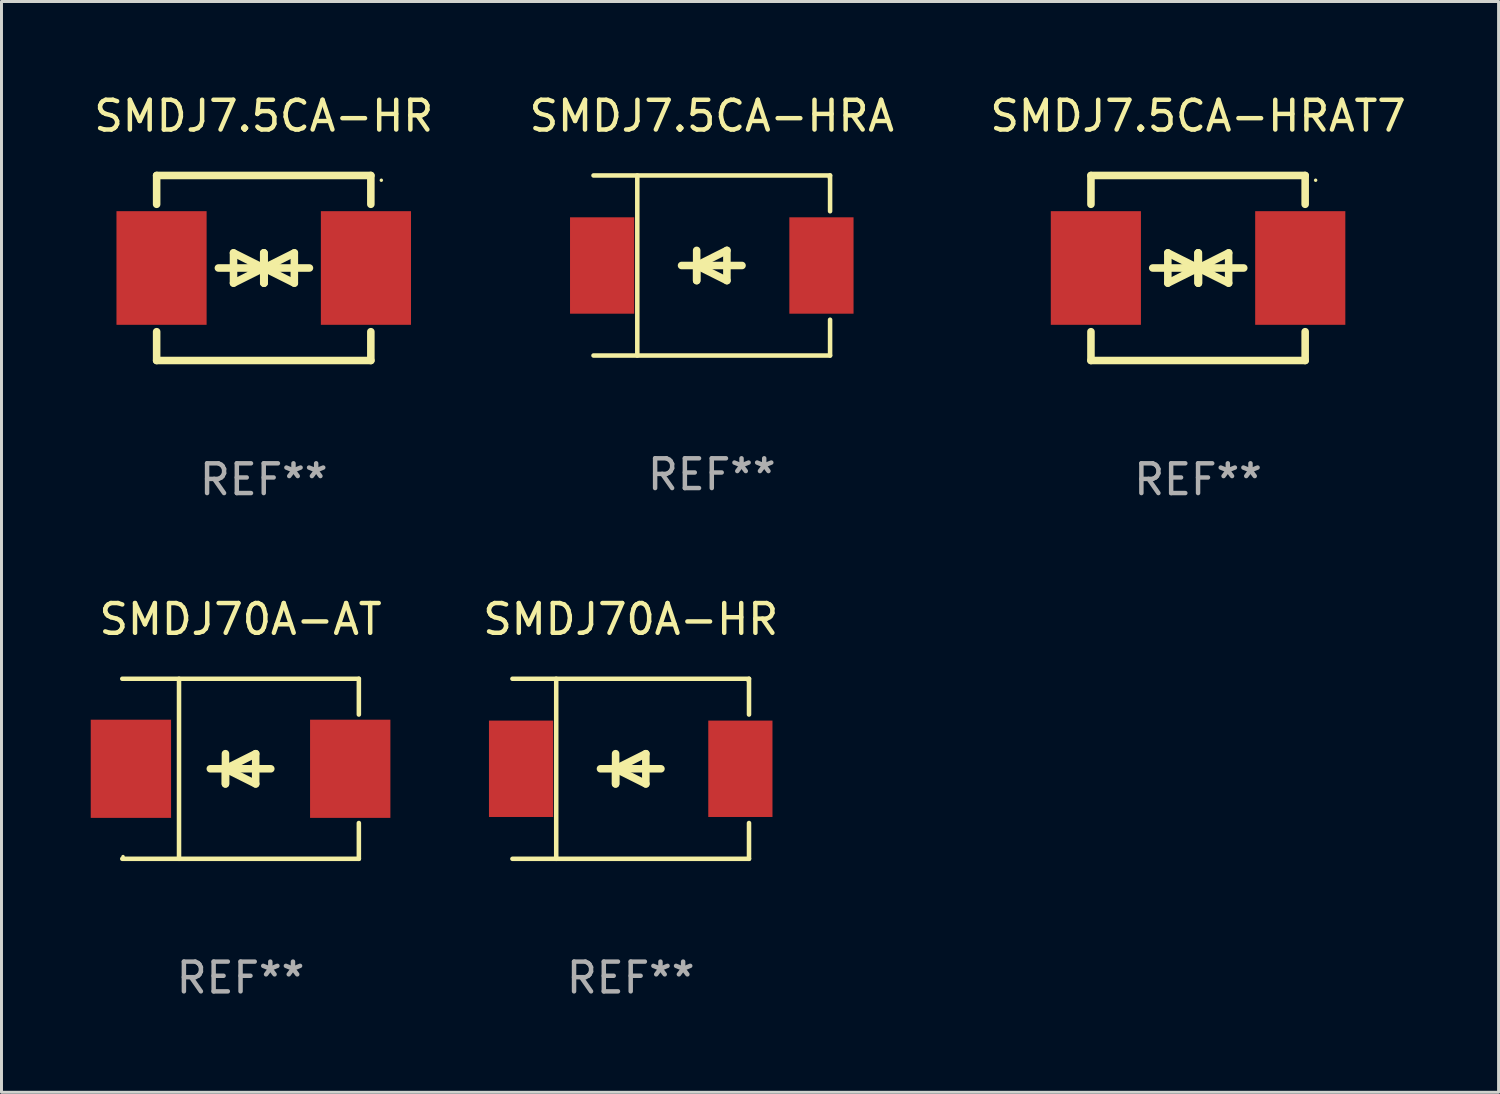
<source format=kicad_pcb>
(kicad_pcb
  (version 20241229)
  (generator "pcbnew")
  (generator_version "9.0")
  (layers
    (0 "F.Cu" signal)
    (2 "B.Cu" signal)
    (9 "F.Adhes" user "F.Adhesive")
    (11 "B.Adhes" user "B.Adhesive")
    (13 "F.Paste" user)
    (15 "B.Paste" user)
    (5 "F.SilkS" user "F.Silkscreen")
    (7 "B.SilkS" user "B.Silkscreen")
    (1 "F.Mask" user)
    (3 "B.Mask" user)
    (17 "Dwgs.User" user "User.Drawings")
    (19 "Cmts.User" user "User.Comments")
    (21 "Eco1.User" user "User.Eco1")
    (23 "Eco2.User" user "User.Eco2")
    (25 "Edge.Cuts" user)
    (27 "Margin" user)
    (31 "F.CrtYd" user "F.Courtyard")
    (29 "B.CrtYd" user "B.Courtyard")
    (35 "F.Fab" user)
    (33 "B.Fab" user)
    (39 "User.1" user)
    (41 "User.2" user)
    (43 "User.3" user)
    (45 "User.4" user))
  (footprint "SMDJ7.5CA-HRAT7"
    (layer "F.Cu")
    (at 37.22 5.958)
    (property "Reference" "SMDJ7.5CA-HRAT7" (at 0 -5.11 0) (layer "F.SilkS") (effects (font (size 1 1) (thickness 0.15))))
    (attr through_hole)
    (fp_line (start -3.6 -2.141) (end -3.6 -3.11) (stroke (width 0.254) (type solid)) (layer "F.SilkS"))
    (fp_line (start -3.6 3.11) (end -3.6 2.141) (stroke (width 0.254) (type solid)) (layer "F.SilkS"))
    (fp_line (start -1.524 0) (end 0.508 0) (stroke (width 0.254) (type solid)) (layer "F.SilkS"))
    (fp_line (start -1.016 -0.508) (end -1.016 0.508) (stroke (width 0.254) (type solid)) (layer "F.SilkS"))
    (fp_line (start -1.016 0.508) (end 0 0) (stroke (width 0.254) (type solid)) (layer "F.SilkS"))
    (fp_line (start 0 -0.508) (end 0 0.508) (stroke (width 0.254) (type solid)) (layer "F.SilkS"))
    (fp_line (start 0 0) (end -1.016 -0.508) (stroke (width 0.254) (type solid)) (layer "F.SilkS"))
    (fp_line (start 0 0) (end 0 -0.508) (stroke (width 0.254) (type solid)) (layer "F.SilkS"))
    (fp_line (start 0.012 0) (end 0.012 0.508) (stroke (width 0.254) (type solid)) (layer "F.SilkS"))
    (fp_line (start 0.012 0) (end 1.028 0.508) (stroke (width 0.254) (type solid)) (layer "F.SilkS"))
    (fp_line (start 0.012 0.508) (end 0.012 -0.508) (stroke (width 0.254) (type solid)) (layer "F.SilkS"))
    (fp_line (start 1.028 -0.508) (end 0.012 0) (stroke (width 0.254) (type solid)) (layer "F.SilkS"))
    (fp_line (start 1.028 0.508) (end 1.028 -0.508) (stroke (width 0.254) (type solid)) (layer "F.SilkS"))
    (fp_line (start 1.536 0) (end -0.496 0) (stroke (width 0.254) (type solid)) (layer "F.SilkS"))
    (fp_line (start 3.6 -3.11) (end -3.6 -3.11) (stroke (width 0.254) (type solid)) (layer "F.SilkS"))
    (fp_line (start 3.6 -2.141) (end 3.6 -3.11) (stroke (width 0.254) (type solid)) (layer "F.SilkS"))
    (fp_line (start 3.6 3.11) (end -3.6 3.11) (stroke (width 0.254) (type solid)) (layer "F.SilkS"))
    (fp_line (start 3.6 3.11) (end 3.6 2.141) (stroke (width 0.254) (type solid)) (layer "F.SilkS"))
    (fp_circle (center 3.952 -2.95) (end 3.982 -2.95) (stroke (width 0.06) (type solid)) (fill no) (layer "F.SilkS"))
    (fp_text user "REF**" (at 0 7.11 0) (layer "F.Fab") (effects (font (size 1 1) (thickness 0.15))))
    (pad "1" smd rect (at 3.435 0) (size 3.03 3.82) (layers "F.Cu" "F.Mask" "F.Paste"))
    (pad "2" smd rect (at -3.435 0) (size 3.03 3.82) (layers "F.Cu" "F.Mask" "F.Paste")))
  (footprint "SMDJ7.5CA-HRA"
    (layer "F.Cu")
    (at 20.875 5.874)
    (property "Reference" "SMDJ7.5CA-HRA" (at 0 -5.026 0) (layer "F.SilkS") (effects (font (size 1 1) (thickness 0.15))))
    (attr through_hole)
    (fp_line (start -3.976 -3.026) (end 3.976 -3.026) (stroke (width 0.152) (type solid)) (layer "F.SilkS"))
    (fp_line (start -3.976 3.026) (end 3.976 3.026) (stroke (width 0.152) (type solid)) (layer "F.SilkS"))
    (fp_line (start -2.504 -3.026) (end -2.504 3.026) (stroke (width 0.152) (type solid)) (layer "F.SilkS"))
    (fp_line (start -0.508 0) (end -0.508 0.508) (stroke (width 0.254) (type solid)) (layer "F.SilkS"))
    (fp_line (start -0.508 0) (end 0.508 0.508) (stroke (width 0.254) (type solid)) (layer "F.SilkS"))
    (fp_line (start -0.508 0.508) (end -0.508 -0.508) (stroke (width 0.254) (type solid)) (layer "F.SilkS"))
    (fp_line (start 0.508 -0.508) (end -0.508 0) (stroke (width 0.254) (type solid)) (layer "F.SilkS"))
    (fp_line (start 0.508 0.508) (end 0.508 -0.508) (stroke (width 0.254) (type solid)) (layer "F.SilkS"))
    (fp_line (start 1.016 0) (end -1.016 0) (stroke (width 0.254) (type solid)) (layer "F.SilkS"))
    (fp_line (start 3.976 -3.026) (end 3.976 -1.823) (stroke (width 0.152) (type solid)) (layer "F.SilkS"))
    (fp_line (start 3.976 3.026) (end 3.976 1.823) (stroke (width 0.152) (type solid)) (layer "F.SilkS"))
    (fp_circle (center 3.95 -2.95) (end 3.98 -2.95) (stroke (width 0.06) (type solid)) (fill no) (layer "F.SilkS"))
    (fp_text user "REF**" (at 0 7.026 0) (layer "F.Fab") (effects (font (size 1 1) (thickness 0.15))))
    (pad "1" smd rect (at 3.686 0 180) (size 2.158 3.24) (layers "F.Cu" "F.Mask" "F.Paste"))
    (pad "2" smd rect (at -3.686 0 180) (size 2.158 3.24) (layers "F.Cu" "F.Mask" "F.Paste")))
  (footprint "SMDJ7.5CA-HR"
    (layer "F.Cu")
    (at 5.815 5.958)
    (property "Reference" "SMDJ7.5CA-HR" (at 0 -5.11 0) (layer "F.SilkS") (effects (font (size 1 1) (thickness 0.15))))
    (attr through_hole)
    (fp_line (start -3.6 -2.141) (end -3.6 -3.11) (stroke (width 0.254) (type solid)) (layer "F.SilkS"))
    (fp_line (start -3.6 3.11) (end -3.6 2.141) (stroke (width 0.254) (type solid)) (layer "F.SilkS"))
    (fp_line (start -1.524 0) (end 0.508 0) (stroke (width 0.254) (type solid)) (layer "F.SilkS"))
    (fp_line (start -1.016 -0.508) (end -1.016 0.508) (stroke (width 0.254) (type solid)) (layer "F.SilkS"))
    (fp_line (start -1.016 0.508) (end 0 0) (stroke (width 0.254) (type solid)) (layer "F.SilkS"))
    (fp_line (start 0 -0.508) (end 0 0.508) (stroke (width 0.254) (type solid)) (layer "F.SilkS"))
    (fp_line (start 0 0) (end -1.016 -0.508) (stroke (width 0.254) (type solid)) (layer "F.SilkS"))
    (fp_line (start 0 0) (end 0 -0.508) (stroke (width 0.254) (type solid)) (layer "F.SilkS"))
    (fp_line (start 0.012 0) (end 0.012 0.508) (stroke (width 0.254) (type solid)) (layer "F.SilkS"))
    (fp_line (start 0.012 0) (end 1.028 0.508) (stroke (width 0.254) (type solid)) (layer "F.SilkS"))
    (fp_line (start 0.012 0.508) (end 0.012 -0.508) (stroke (width 0.254) (type solid)) (layer "F.SilkS"))
    (fp_line (start 1.028 -0.508) (end 0.012 0) (stroke (width 0.254) (type solid)) (layer "F.SilkS"))
    (fp_line (start 1.028 0.508) (end 1.028 -0.508) (stroke (width 0.254) (type solid)) (layer "F.SilkS"))
    (fp_line (start 1.536 0) (end -0.496 0) (stroke (width 0.254) (type solid)) (layer "F.SilkS"))
    (fp_line (start 3.6 -3.11) (end -3.6 -3.11) (stroke (width 0.254) (type solid)) (layer "F.SilkS"))
    (fp_line (start 3.6 -2.141) (end 3.6 -3.11) (stroke (width 0.254) (type solid)) (layer "F.SilkS"))
    (fp_line (start 3.6 3.11) (end -3.6 3.11) (stroke (width 0.254) (type solid)) (layer "F.SilkS"))
    (fp_line (start 3.6 3.11) (end 3.6 2.141) (stroke (width 0.254) (type solid)) (layer "F.SilkS"))
    (fp_circle (center 3.952 -2.95) (end 3.982 -2.95) (stroke (width 0.06) (type solid)) (fill no) (layer "F.SilkS"))
    (fp_text user "REF**" (at 0 7.11 0) (layer "F.Fab") (effects (font (size 1 1) (thickness 0.15))))
    (pad "1" smd rect (at 3.435 0) (size 3.03 3.82) (layers "F.Cu" "F.Mask" "F.Paste"))
    (pad "2" smd rect (at -3.435 0) (size 3.03 3.82) (layers "F.Cu" "F.Mask" "F.Paste")))
  (footprint "SMDJ70A-AT"
    (layer "F.Cu")
    (at 5.036 22.791)
    (property "Reference" "SMDJ70A-AT" (at 0 -5.026 0) (layer "F.SilkS") (effects (font (size 1 1) (thickness 0.15))))
    (attr through_hole)
    (fp_line (start -3.976 -3.026) (end 3.976 -3.026) (stroke (width 0.152) (type solid)) (layer "F.SilkS"))
    (fp_line (start -3.976 3.026) (end 3.976 3.026) (stroke (width 0.152) (type solid)) (layer "F.SilkS"))
    (fp_line (start -2.069 -3.026) (end -2.069 3.026) (stroke (width 0.152) (type solid)) (layer "F.SilkS"))
    (fp_line (start -0.508 0) (end -0.508 0.508) (stroke (width 0.254) (type solid)) (layer "F.SilkS"))
    (fp_line (start -0.508 0) (end 0.508 0.508) (stroke (width 0.254) (type solid)) (layer "F.SilkS"))
    (fp_line (start -0.508 0.508) (end -0.508 -0.508) (stroke (width 0.254) (type solid)) (layer "F.SilkS"))
    (fp_line (start 0.508 -0.508) (end -0.508 0) (stroke (width 0.254) (type solid)) (layer "F.SilkS"))
    (fp_line (start 0.508 0.508) (end 0.508 -0.508) (stroke (width 0.254) (type solid)) (layer "F.SilkS"))
    (fp_line (start 1.016 0) (end -1.016 0) (stroke (width 0.254) (type solid)) (layer "F.SilkS"))
    (fp_line (start 3.976 -3.026) (end 3.976 -1.823) (stroke (width 0.152) (type solid)) (layer "F.SilkS"))
    (fp_line (start 3.976 3.026) (end 3.976 1.823) (stroke (width 0.152) (type solid)) (layer "F.SilkS"))
    (fp_circle (center -3.95 2.95) (end -3.92 2.95) (stroke (width 0.06) (type solid)) (fill no) (layer "F.SilkS"))
    (fp_text user "REF**" (at 0 7.026 0) (layer "F.Fab") (effects (font (size 1 1) (thickness 0.15))))
    (pad "1" smd rect (at -3.686 0) (size 2.7 3.3) (layers "F.Cu" "F.Mask" "F.Paste"))
    (pad "2" smd rect (at 3.686 0) (size 2.7 3.3) (layers "F.Cu" "F.Mask" "F.Paste")))
  (footprint "SMDJ70A-HR"
    (layer "F.Cu")
    (at 18.15 22.791)
    (property "Reference" "SMDJ70A-HR" (at 0 -5.026 0) (layer "F.SilkS") (effects (font (size 1 1) (thickness 0.15))))
    (attr through_hole)
    (fp_line (start -3.976 -3.026) (end 3.976 -3.026) (stroke (width 0.152) (type solid)) (layer "F.SilkS"))
    (fp_line (start -3.976 3.026) (end 3.976 3.026) (stroke (width 0.152) (type solid)) (layer "F.SilkS"))
    (fp_line (start -2.504 -3.026) (end -2.504 3.026) (stroke (width 0.152) (type solid)) (layer "F.SilkS"))
    (fp_line (start -0.508 0) (end -0.508 0.508) (stroke (width 0.254) (type solid)) (layer "F.SilkS"))
    (fp_line (start -0.508 0) (end 0.508 0.508) (stroke (width 0.254) (type solid)) (layer "F.SilkS"))
    (fp_line (start -0.508 0.508) (end -0.508 -0.508) (stroke (width 0.254) (type solid)) (layer "F.SilkS"))
    (fp_line (start 0.508 -0.508) (end -0.508 0) (stroke (width 0.254) (type solid)) (layer "F.SilkS"))
    (fp_line (start 0.508 0.508) (end 0.508 -0.508) (stroke (width 0.254) (type solid)) (layer "F.SilkS"))
    (fp_line (start 1.016 0) (end -1.016 0) (stroke (width 0.254) (type solid)) (layer "F.SilkS"))
    (fp_line (start 3.976 -3.026) (end 3.976 -1.823) (stroke (width 0.152) (type solid)) (layer "F.SilkS"))
    (fp_line (start 3.976 3.026) (end 3.976 1.823) (stroke (width 0.152) (type solid)) (layer "F.SilkS"))
    (fp_circle (center 3.95 -2.95) (end 3.98 -2.95) (stroke (width 0.06) (type solid)) (fill no) (layer "F.SilkS"))
    (fp_text user "REF**" (at 0 7.026 0) (layer "F.Fab") (effects (font (size 1 1) (thickness 0.15))))
    (pad "1" smd rect (at 3.686 0 180) (size 2.158 3.24) (layers "F.Cu" "F.Mask" "F.Paste"))
    (pad "2" smd rect (at -3.686 0 180) (size 2.158 3.24) (layers "F.Cu" "F.Mask" "F.Paste")))
  (gr_rect
    (start -3 -3)
    (end 47.321 33.665)
    (stroke (width 0.1) (type default))
    (fill no)
    (layer "Edge.Cuts")))
</source>
